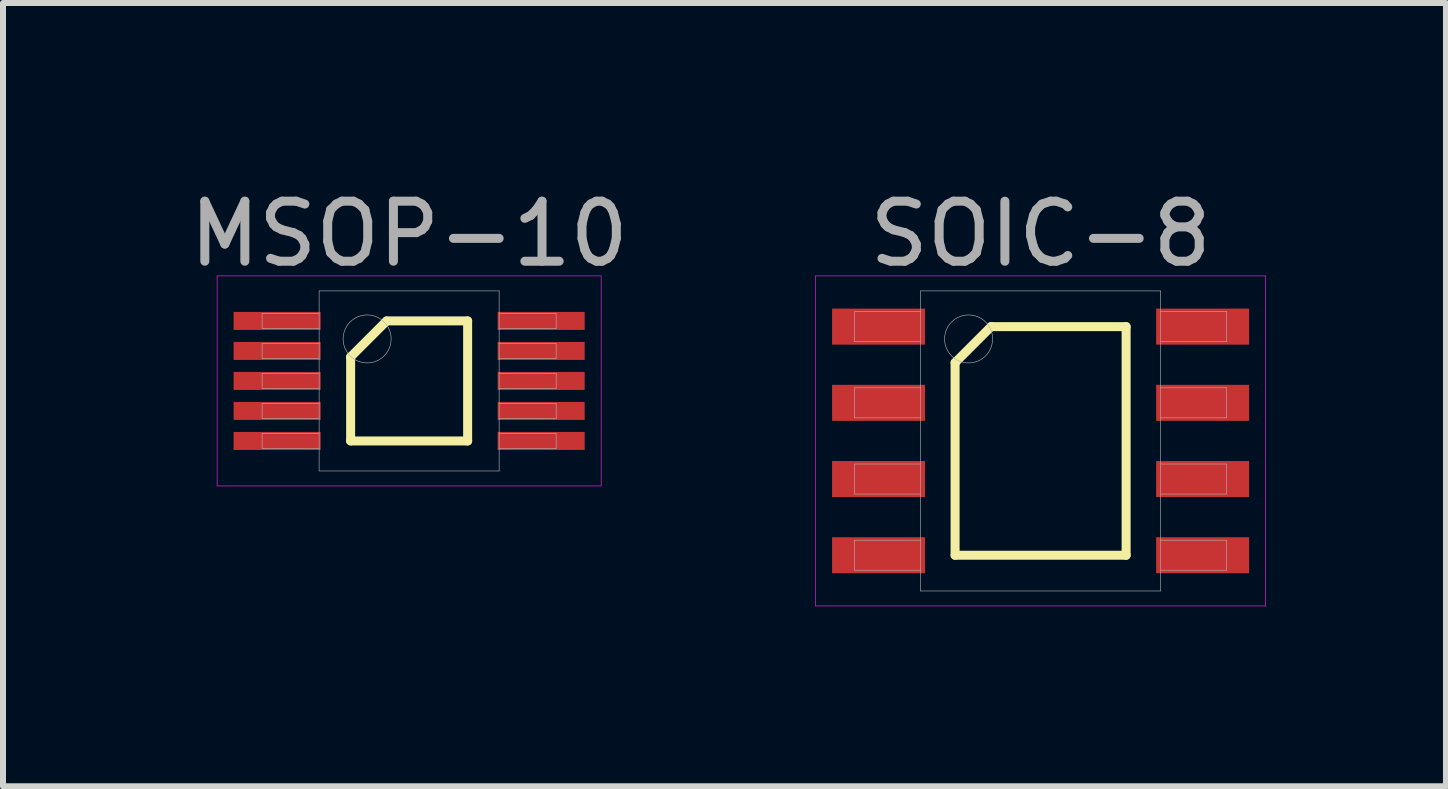
<source format=kicad_pcb>
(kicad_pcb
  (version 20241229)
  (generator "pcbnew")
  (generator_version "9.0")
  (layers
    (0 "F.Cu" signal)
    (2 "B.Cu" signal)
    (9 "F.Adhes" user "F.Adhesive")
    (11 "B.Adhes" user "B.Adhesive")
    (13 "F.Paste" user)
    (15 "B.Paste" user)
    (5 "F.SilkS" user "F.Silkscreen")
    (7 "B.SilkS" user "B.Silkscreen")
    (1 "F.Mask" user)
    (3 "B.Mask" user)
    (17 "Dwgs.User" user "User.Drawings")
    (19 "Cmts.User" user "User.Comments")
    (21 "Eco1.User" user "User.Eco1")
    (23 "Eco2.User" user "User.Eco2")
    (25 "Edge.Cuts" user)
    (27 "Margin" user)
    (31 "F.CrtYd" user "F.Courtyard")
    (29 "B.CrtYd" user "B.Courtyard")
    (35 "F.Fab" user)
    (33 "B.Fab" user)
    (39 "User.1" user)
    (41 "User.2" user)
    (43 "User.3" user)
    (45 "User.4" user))
  (footprint "SOIC-8"
    (layer "F.Cu")
    (at 14.291 4.298)
    (property "Reference" "SOIC-8" (at 0 -3.45 0) (layer "F.Fab") (effects (font (size 1 1) (thickness 0.15))))
    (attr through_hole)
    (fp_line (start -1.425 -1.305) (end -0.825 -1.905) (stroke (width 0.15) (type solid)) (layer "F.SilkS"))
    (fp_line (start -1.425 1.905) (end -1.425 -1.305) (stroke (width 0.15) (type solid)) (layer "F.SilkS"))
    (fp_line (start -0.825 -1.905) (end 1.425 -1.905) (stroke (width 0.15) (type solid)) (layer "F.SilkS"))
    (fp_line (start 1.425 -1.905) (end 1.425 1.905) (stroke (width 0.15) (type solid)) (layer "F.SilkS"))
    (fp_line (start 1.425 1.905) (end -1.425 1.905) (stroke (width 0.15) (type solid)) (layer "F.SilkS"))
    (fp_line (start -3.75 -2.75) (end 3.75 -2.75) (stroke (width 0.01) (type solid)) (layer "F.CrtYd"))
    (fp_line (start -3.75 2.75) (end -3.75 -2.75) (stroke (width 0.01) (type solid)) (layer "F.CrtYd"))
    (fp_line (start 3.75 -2.75) (end 3.75 2.75) (stroke (width 0.01) (type solid)) (layer "F.CrtYd"))
    (fp_line (start 3.75 2.75) (end -3.75 2.75) (stroke (width 0.01) (type solid)) (layer "F.CrtYd"))
    (fp_line (start -3.1 -2.155) (end -2 -2.155) (stroke (width 0.01) (type solid)) (layer "F.Fab"))
    (fp_line (start -3.1 -1.655) (end -3.1 -2.155) (stroke (width 0.01) (type solid)) (layer "F.Fab"))
    (fp_line (start -3.1 -0.885) (end -2 -0.885) (stroke (width 0.01) (type solid)) (layer "F.Fab"))
    (fp_line (start -3.1 -0.385) (end -3.1 -0.885) (stroke (width 0.01) (type solid)) (layer "F.Fab"))
    (fp_line (start -3.1 0.385) (end -2 0.385) (stroke (width 0.01) (type solid)) (layer "F.Fab"))
    (fp_line (start -3.1 0.885) (end -3.1 0.385) (stroke (width 0.01) (type solid)) (layer "F.Fab"))
    (fp_line (start -3.1 1.655) (end -2 1.655) (stroke (width 0.01) (type solid)) (layer "F.Fab"))
    (fp_line (start -3.1 2.155) (end -3.1 1.655) (stroke (width 0.01) (type solid)) (layer "F.Fab"))
    (fp_line (start -2 -2.5) (end 2 -2.5) (stroke (width 0.01) (type solid)) (layer "F.Fab"))
    (fp_line (start -2 -1.655) (end -3.1 -1.655) (stroke (width 0.01) (type solid)) (layer "F.Fab"))
    (fp_line (start -2 -0.385) (end -3.1 -0.385) (stroke (width 0.01) (type solid)) (layer "F.Fab"))
    (fp_line (start -2 0.885) (end -3.1 0.885) (stroke (width 0.01) (type solid)) (layer "F.Fab"))
    (fp_line (start -2 2.155) (end -3.1 2.155) (stroke (width 0.01) (type solid)) (layer "F.Fab"))
    (fp_line (start -2 2.5) (end -2 -2.5) (stroke (width 0.01) (type solid)) (layer "F.Fab"))
    (fp_line (start 2 -2.5) (end 2 2.5) (stroke (width 0.01) (type solid)) (layer "F.Fab"))
    (fp_line (start 2 -2.155) (end 3.1 -2.155) (stroke (width 0.01) (type solid)) (layer "F.Fab"))
    (fp_line (start 2 -0.885) (end 3.1 -0.885) (stroke (width 0.01) (type solid)) (layer "F.Fab"))
    (fp_line (start 2 0.385) (end 3.1 0.385) (stroke (width 0.01) (type solid)) (layer "F.Fab"))
    (fp_line (start 2 1.655) (end 3.1 1.655) (stroke (width 0.01) (type solid)) (layer "F.Fab"))
    (fp_line (start 2 2.5) (end -2 2.5) (stroke (width 0.01) (type solid)) (layer "F.Fab"))
    (fp_line (start 3.1 -2.155) (end 3.1 -1.655) (stroke (width 0.01) (type solid)) (layer "F.Fab"))
    (fp_line (start 3.1 -1.655) (end 2 -1.655) (stroke (width 0.01) (type solid)) (layer "F.Fab"))
    (fp_line (start 3.1 -0.885) (end 3.1 -0.385) (stroke (width 0.01) (type solid)) (layer "F.Fab"))
    (fp_line (start 3.1 -0.385) (end 2 -0.385) (stroke (width 0.01) (type solid)) (layer "F.Fab"))
    (fp_line (start 3.1 0.385) (end 3.1 0.885) (stroke (width 0.01) (type solid)) (layer "F.Fab"))
    (fp_line (start 3.1 0.885) (end 2 0.885) (stroke (width 0.01) (type solid)) (layer "F.Fab"))
    (fp_line (start 3.1 1.655) (end 3.1 2.155) (stroke (width 0.01) (type solid)) (layer "F.Fab"))
    (fp_line (start 3.1 2.155) (end 2 2.155) (stroke (width 0.01) (type solid)) (layer "F.Fab"))
    (fp_circle (center -1.2 -1.7) (end -1.2 -1.3) (stroke (width 0.01) (type solid)) (fill no) (layer "F.Fab"))
    (pad "1" smd rect (at -2.7 -1.905) (size 1.55 0.6) (layers "F.Cu" "F.Mask" "F.Paste"))
    (pad "2" smd rect (at -2.7 -0.635) (size 1.55 0.6) (layers "F.Cu" "F.Mask" "F.Paste"))
    (pad "3" smd rect (at -2.7 0.635) (size 1.55 0.6) (layers "F.Cu" "F.Mask" "F.Paste"))
    (pad "4" smd rect (at -2.7 1.905) (size 1.55 0.6) (layers "F.Cu" "F.Mask" "F.Paste"))
    (pad "5" smd rect (at 2.7 1.905) (size 1.55 0.6) (layers "F.Cu" "F.Mask" "F.Paste"))
    (pad "6" smd rect (at 2.7 0.635) (size 1.55 0.6) (layers "F.Cu" "F.Mask" "F.Paste"))
    (pad "7" smd rect (at 2.7 -0.635) (size 1.55 0.6) (layers "F.Cu" "F.Mask" "F.Paste"))
    (pad "8" smd rect (at 2.7 -1.905) (size 1.55 0.6) (layers "F.Cu" "F.Mask" "F.Paste")))
  (footprint "MSOP-10"
    (layer "F.Cu")
    (at 3.768 3.298)
    (property "Reference" "MSOP-10" (at 0 -2.45 0) (layer "F.Fab") (effects (font (size 1 1) (thickness 0.15))))
    (attr through_hole)
    (fp_line (start -0.975 -0.4) (end -0.375 -1) (stroke (width 0.15) (type solid)) (layer "F.SilkS"))
    (fp_line (start -0.975 1) (end -0.975 -0.4) (stroke (width 0.15) (type solid)) (layer "F.SilkS"))
    (fp_line (start -0.375 -1) (end 0.975 -1) (stroke (width 0.15) (type solid)) (layer "F.SilkS"))
    (fp_line (start 0.975 -1) (end 0.975 1) (stroke (width 0.15) (type solid)) (layer "F.SilkS"))
    (fp_line (start 0.975 1) (end -0.975 1) (stroke (width 0.15) (type solid)) (layer "F.SilkS"))
    (fp_line (start -3.2 -1.75) (end 3.2 -1.75) (stroke (width 0.01) (type solid)) (layer "F.CrtYd"))
    (fp_line (start -3.2 1.75) (end -3.2 -1.75) (stroke (width 0.01) (type solid)) (layer "F.CrtYd"))
    (fp_line (start 3.2 -1.75) (end 3.2 1.75) (stroke (width 0.01) (type solid)) (layer "F.CrtYd"))
    (fp_line (start 3.2 1.75) (end -3.2 1.75) (stroke (width 0.01) (type solid)) (layer "F.CrtYd"))
    (fp_line (start -2.45 -1.125) (end -1.5 -1.125) (stroke (width 0.01) (type solid)) (layer "F.Fab"))
    (fp_line (start -2.45 -0.875) (end -2.45 -1.125) (stroke (width 0.01) (type solid)) (layer "F.Fab"))
    (fp_line (start -2.45 -0.625) (end -1.5 -0.625) (stroke (width 0.01) (type solid)) (layer "F.Fab"))
    (fp_line (start -2.45 -0.375) (end -2.45 -0.625) (stroke (width 0.01) (type solid)) (layer "F.Fab"))
    (fp_line (start -2.45 -0.125) (end -1.5 -0.125) (stroke (width 0.01) (type solid)) (layer "F.Fab"))
    (fp_line (start -2.45 0.125) (end -2.45 -0.125) (stroke (width 0.01) (type solid)) (layer "F.Fab"))
    (fp_line (start -2.45 0.375) (end -1.5 0.375) (stroke (width 0.01) (type solid)) (layer "F.Fab"))
    (fp_line (start -2.45 0.625) (end -2.45 0.375) (stroke (width 0.01) (type solid)) (layer "F.Fab"))
    (fp_line (start -2.45 0.875) (end -1.5 0.875) (stroke (width 0.01) (type solid)) (layer "F.Fab"))
    (fp_line (start -2.45 1.125) (end -2.45 0.875) (stroke (width 0.01) (type solid)) (layer "F.Fab"))
    (fp_line (start -1.5 -1.5) (end 1.5 -1.5) (stroke (width 0.01) (type solid)) (layer "F.Fab"))
    (fp_line (start -1.5 -0.875) (end -2.45 -0.875) (stroke (width 0.01) (type solid)) (layer "F.Fab"))
    (fp_line (start -1.5 -0.375) (end -2.45 -0.375) (stroke (width 0.01) (type solid)) (layer "F.Fab"))
    (fp_line (start -1.5 0.125) (end -2.45 0.125) (stroke (width 0.01) (type solid)) (layer "F.Fab"))
    (fp_line (start -1.5 0.625) (end -2.45 0.625) (stroke (width 0.01) (type solid)) (layer "F.Fab"))
    (fp_line (start -1.5 1.125) (end -2.45 1.125) (stroke (width 0.01) (type solid)) (layer "F.Fab"))
    (fp_line (start -1.5 1.5) (end -1.5 -1.5) (stroke (width 0.01) (type solid)) (layer "F.Fab"))
    (fp_line (start 1.5 -1.5) (end 1.5 1.5) (stroke (width 0.01) (type solid)) (layer "F.Fab"))
    (fp_line (start 1.5 -1.125) (end 2.45 -1.125) (stroke (width 0.01) (type solid)) (layer "F.Fab"))
    (fp_line (start 1.5 -0.625) (end 2.45 -0.625) (stroke (width 0.01) (type solid)) (layer "F.Fab"))
    (fp_line (start 1.5 -0.125) (end 2.45 -0.125) (stroke (width 0.01) (type solid)) (layer "F.Fab"))
    (fp_line (start 1.5 0.375) (end 2.45 0.375) (stroke (width 0.01) (type solid)) (layer "F.Fab"))
    (fp_line (start 1.5 0.875) (end 2.45 0.875) (stroke (width 0.01) (type solid)) (layer "F.Fab"))
    (fp_line (start 1.5 1.5) (end -1.5 1.5) (stroke (width 0.01) (type solid)) (layer "F.Fab"))
    (fp_line (start 2.45 -1.125) (end 2.45 -0.875) (stroke (width 0.01) (type solid)) (layer "F.Fab"))
    (fp_line (start 2.45 -0.875) (end 1.5 -0.875) (stroke (width 0.01) (type solid)) (layer "F.Fab"))
    (fp_line (start 2.45 -0.625) (end 2.45 -0.375) (stroke (width 0.01) (type solid)) (layer "F.Fab"))
    (fp_line (start 2.45 -0.375) (end 1.5 -0.375) (stroke (width 0.01) (type solid)) (layer "F.Fab"))
    (fp_line (start 2.45 -0.125) (end 2.45 0.125) (stroke (width 0.01) (type solid)) (layer "F.Fab"))
    (fp_line (start 2.45 0.125) (end 1.5 0.125) (stroke (width 0.01) (type solid)) (layer "F.Fab"))
    (fp_line (start 2.45 0.375) (end 2.45 0.625) (stroke (width 0.01) (type solid)) (layer "F.Fab"))
    (fp_line (start 2.45 0.625) (end 1.5 0.625) (stroke (width 0.01) (type solid)) (layer "F.Fab"))
    (fp_line (start 2.45 0.875) (end 2.45 1.125) (stroke (width 0.01) (type solid)) (layer "F.Fab"))
    (fp_line (start 2.45 1.125) (end 1.5 1.125) (stroke (width 0.01) (type solid)) (layer "F.Fab"))
    (fp_circle (center -0.7 -0.7) (end -0.7 -0.3) (stroke (width 0.01) (type solid)) (fill no) (layer "F.Fab"))
    (pad "1" smd rect (at -2.2 -1) (size 1.45 0.3) (layers "F.Cu" "F.Mask" "F.Paste"))
    (pad "2" smd rect (at -2.2 -0.5) (size 1.45 0.3) (layers "F.Cu" "F.Mask" "F.Paste"))
    (pad "3" smd rect (at -2.2 0) (size 1.45 0.3) (layers "F.Cu" "F.Mask" "F.Paste"))
    (pad "4" smd rect (at -2.2 0.5) (size 1.45 0.3) (layers "F.Cu" "F.Mask" "F.Paste"))
    (pad "5" smd rect (at -2.2 1) (size 1.45 0.3) (layers "F.Cu" "F.Mask" "F.Paste"))
    (pad "6" smd rect (at 2.2 1) (size 1.45 0.3) (layers "F.Cu" "F.Mask" "F.Paste"))
    (pad "7" smd rect (at 2.2 0.5) (size 1.45 0.3) (layers "F.Cu" "F.Mask" "F.Paste"))
    (pad "8" smd rect (at 2.2 0) (size 1.45 0.3) (layers "F.Cu" "F.Mask" "F.Paste"))
    (pad "9" smd rect (at 2.2 -0.5) (size 1.45 0.3) (layers "F.Cu" "F.Mask" "F.Paste"))
    (pad "10" smd rect (at 2.2 -1) (size 1.45 0.3) (layers "F.Cu" "F.Mask" "F.Paste")))
  (gr_rect
    (start -3 -3)
    (end 21.046 10.053)
    (stroke (width 0.1) (type default))
    (fill no)
    (layer "Edge.Cuts")))
</source>
